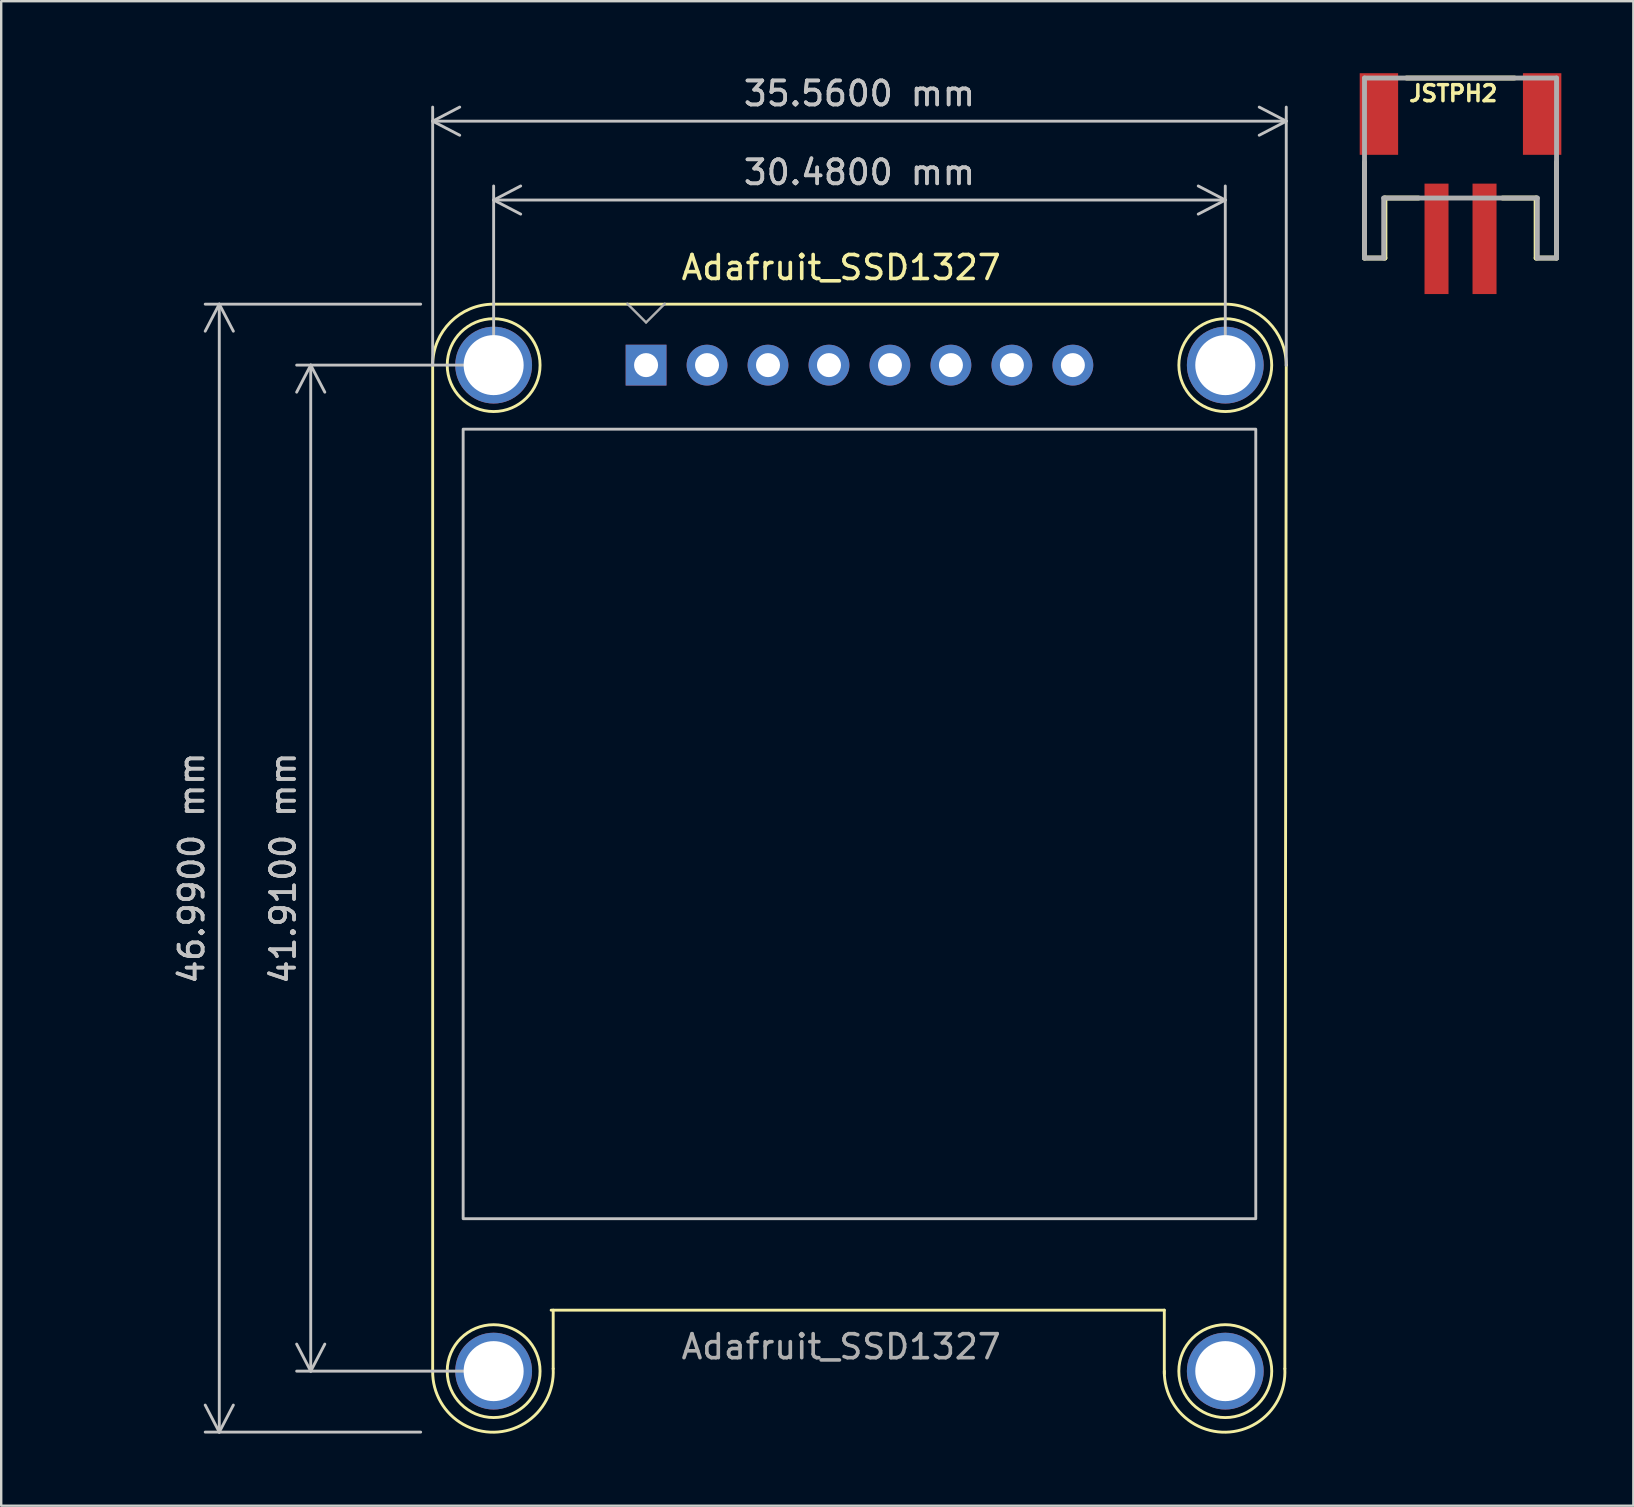
<source format=kicad_pcb>
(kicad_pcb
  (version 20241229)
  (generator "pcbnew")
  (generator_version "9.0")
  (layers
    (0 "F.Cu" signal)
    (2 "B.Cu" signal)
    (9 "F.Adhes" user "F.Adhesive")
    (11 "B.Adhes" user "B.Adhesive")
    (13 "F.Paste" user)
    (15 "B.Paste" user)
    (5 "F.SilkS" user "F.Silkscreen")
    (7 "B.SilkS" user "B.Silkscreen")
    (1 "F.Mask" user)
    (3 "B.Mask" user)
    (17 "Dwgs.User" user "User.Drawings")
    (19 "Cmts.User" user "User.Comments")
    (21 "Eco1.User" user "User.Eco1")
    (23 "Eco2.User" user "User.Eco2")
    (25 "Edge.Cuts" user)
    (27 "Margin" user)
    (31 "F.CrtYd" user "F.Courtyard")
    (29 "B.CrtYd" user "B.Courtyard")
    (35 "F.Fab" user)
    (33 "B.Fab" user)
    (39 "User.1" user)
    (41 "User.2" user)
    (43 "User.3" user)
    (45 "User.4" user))
  (footprint "JSTPH2"
    (layer "F.Cu")
    (at 57.795 3.2)
    (property "Reference" "JSTPH2" (at -2.223 -1.968 0) (layer "F.SilkS") (effects (font (size 0.666 0.666) (thickness 0.146)) (justify left bottom)))
    (attr smd)
    (fp_line (start -4 4.5) (end -4 0.5) (stroke (width 0.203) (type solid)) (layer "F.SilkS"))
    (fp_line (start -3.15 2) (end -3.15 4.5) (stroke (width 0.203) (type solid)) (layer "F.SilkS"))
    (fp_line (start -3.15 4.5) (end -4 4.5) (stroke (width 0.203) (type solid)) (layer "F.SilkS"))
    (fp_line (start -2.25 -3) (end 2.25 -3) (stroke (width 0.203) (type solid)) (layer "F.SilkS"))
    (fp_line (start -1.75 2) (end -3.15 2) (stroke (width 0.203) (type solid)) (layer "F.SilkS"))
    (fp_line (start 3.15 2) (end 1.75 2) (stroke (width 0.203) (type solid)) (layer "F.SilkS"))
    (fp_line (start 3.15 4.5) (end 3.15 2) (stroke (width 0.203) (type solid)) (layer "F.SilkS"))
    (fp_line (start 4 0.5) (end 4 4.5) (stroke (width 0.203) (type solid)) (layer "F.SilkS"))
    (fp_line (start 4 4.5) (end 3.15 4.5) (stroke (width 0.203) (type solid)) (layer "F.SilkS"))
    (fp_line (start -4 -3) (end 4 -3) (stroke (width 0.203) (type solid)) (layer "F.Fab"))
    (fp_line (start -4 4.5) (end -4 -3) (stroke (width 0.203) (type solid)) (layer "F.Fab"))
    (fp_line (start -3.2 2) (end -3.2 4.5) (stroke (width 0.203) (type solid)) (layer "F.Fab"))
    (fp_line (start -3.2 4.5) (end -4 4.5) (stroke (width 0.203) (type solid)) (layer "F.Fab"))
    (fp_line (start 3.2 2) (end -3.2 2) (stroke (width 0.203) (type solid)) (layer "F.Fab"))
    (fp_line (start 3.2 4.5) (end 3.2 2) (stroke (width 0.203) (type solid)) (layer "F.Fab"))
    (fp_line (start 4 -3) (end 4 4.5) (stroke (width 0.203) (type solid)) (layer "F.Fab"))
    (fp_line (start 4 4.5) (end 3.2 4.5) (stroke (width 0.203) (type solid)) (layer "F.Fab"))
    (pad "" smd rect (at -3.4 -1.5 90) (size 3.4 1.6) (layers "F.Cu" "F.Mask" "F.Paste"))
    (pad "" smd rect (at 3.4 -1.5 90) (size 3.4 1.6) (layers "F.Cu" "F.Mask" "F.Paste"))
    (pad "1" smd rect (at -1 3.7) (size 1 4.6) (layers "F.Cu" "F.Mask" "F.Paste"))
    (pad "2" smd rect (at 1 3.7) (size 1 4.6) (layers "F.Cu" "F.Mask" "F.Paste")))
  (footprint "Adafruit_SSD1327"
    (layer "F.Cu")
    (at 23.865 12.161)
    (property "Reference" "Adafruit_SSD1327" (at 8.128 -4.064 0) (layer "F.SilkS") (effects (font (size 1 1) (thickness 0.15))))
    (attr through_hole allow_missing_courtyard)
    (fp_line (start -8.89 0) (end -8.89 41.91) (stroke (width 0.12) (type solid)) (layer "F.SilkS"))
    (fp_line (start -3.954 39.37) (end 21.59 39.37) (stroke (width 0.12) (type solid)) (layer "F.SilkS"))
    (fp_line (start -3.869 39.37) (end -3.869 41.81) (stroke (width 0.12) (type solid)) (layer "F.SilkS"))
    (fp_line (start 21.59 39.37) (end 21.59 42.022) (stroke (width 0.12) (type solid)) (layer "F.SilkS"))
    (fp_line (start 24.13 -2.54) (end -6.35 -2.54) (stroke (width 0.12) (type solid)) (layer "F.SilkS"))
    (fp_line (start 26.67 0) (end 26.611 41.81) (stroke (width 0.12) (type solid)) (layer "F.SilkS"))
    (fp_arc (start -8.89 0) (mid -8.146051 -1.796051) (end -6.35 -2.54) (stroke (width 0.12) (type solid)) (layer "F.SilkS"))
    (fp_arc (start -3.869328 41.810121) (mid -6.328033 44.455438) (end -8.89 41.91) (stroke (width 0.12) (type solid)) (layer "F.SilkS"))
    (fp_arc (start 24.13 -2.54) (mid 25.926051 -1.796051) (end 26.67 0) (stroke (width 0.12) (type solid)) (layer "F.SilkS"))
    (fp_arc (start 26.610672 41.810121) (mid 24.151967 44.455438) (end 21.59 41.91) (stroke (width 0.12) (type solid)) (layer "F.SilkS"))
    (fp_circle (center -6.35 0.000001) (end -4.416 0.000001) (stroke (width 0.12) (type default)) (fill no) (layer "F.SilkS"))
    (fp_circle (center -6.35 41.91) (end -4.416 41.91) (stroke (width 0.12) (type default)) (fill no) (layer "F.SilkS"))
    (fp_circle (center 24.13 0) (end 26.064 0) (stroke (width 0.12) (type default)) (fill no) (layer "F.SilkS"))
    (fp_circle (center 24.13 41.91) (end 26.065 41.91) (stroke (width 0.12) (type default)) (fill no) (layer "F.SilkS"))
    (fp_rect (start -7.62 2.667) (end 25.4 35.56) (stroke (width 0.12) (type default)) (fill no) (layer "Dwgs.User"))
    (fp_circle (center 0 0) (end 0 0) (stroke (width 0.12) (type default)) (fill no) (layer "Dwgs.User"))
    (fp_circle (center 2.54 0) (end 2.54 0) (stroke (width 0.12) (type default)) (fill no) (layer "Dwgs.User"))
    (fp_line (start -0.78 -2.558) (end 0 -1.778) (stroke (width 0.1) (type solid)) (layer "F.Fab"))
    (fp_line (start 0 -1.778) (end 0.78 -2.558) (stroke (width 0.1) (type solid)) (layer "F.Fab"))
    (fp_text user "${REFERENCE}" (at 8.128 40.894 0) (layer "F.Fab") (effects (font (size 1 1) (thickness 0.15))))
    (dimension (type aligned) (layer "Dwgs.User") (pts (xy 14.975 12.669) (xy 50.535 12.669)) (height -10.671) (format (prefix "") (suffix "") (units 3) (units_format 1) (precision 4)) (style (thickness 0.12) (arrow_length 1.27) (text_position_mode 0) (arrow_direction outward) (extension_height 0.586) (extension_offset 0.5) (keep_text_aligned yes)) (gr_text "35.5600 mm" (at 32.755 0.848 0) (layer "Dwgs.User") (effects (font (size 1 1) (thickness 0.15)))))
    (dimension (type aligned) (layer "Dwgs.User") (pts (xy 17.515 12.161) (xy 17.515 54.071)) (height 7.62) (format (prefix "") (suffix "") (units 3) (units_format 1) (precision 4)) (style (thickness 0.12) (arrow_length 1.27) (text_position_mode 0) (arrow_direction outward) (extension_height 0.586) (extension_offset 0.5) (keep_text_aligned yes)) (gr_text "41.9100 mm" (at 8.745 33.116 90) (layer "Dwgs.User") (effects (font (size 1 1) (thickness 0.15)))))
    (dimension (type aligned) (layer "Dwgs.User") (pts (xy 14.975 9.621) (xy 14.975 56.611)) (height 8.89) (format (prefix "") (suffix "") (units 3) (units_format 1) (precision 4)) (style (thickness 0.12) (arrow_length 1.27) (text_position_mode 0) (arrow_direction outward) (extension_height 0.586) (extension_offset 0.5) (keep_text_aligned yes)) (gr_text "46.9900 mm" (at 4.935 33.116 90) (layer "Dwgs.User") (effects (font (size 1 1) (thickness 0.15)))))
    (dimension (type aligned) (layer "Dwgs.User") (pts (xy 17.515 12.161) (xy 47.995 12.161)) (height -6.877) (format (prefix "") (suffix "") (units 3) (units_format 1) (precision 4)) (style (thickness 0.12) (arrow_length 1.27) (text_position_mode 0) (arrow_direction outward) (extension_height 0.586) (extension_offset 0.5) (keep_text_aligned yes)) (gr_text "30.4800 mm" (at 32.755 4.134 3.759565573e-06) (layer "Dwgs.User") (effects (font (size 1 1) (thickness 0.15)))))
    (pad "" thru_hole circle (at -6.35 0) (size 3.2 3.2) (drill 2.5) (layers "*.Cu" "*.Mask"))
    (pad "" thru_hole circle (at -6.35 41.91) (size 3.2 3.2) (drill 2.5) (layers "*.Cu" "*.Mask"))
    (pad "" thru_hole circle (at 24.13 0) (size 3.2 3.2) (drill 2.5) (layers "*.Cu" "*.Mask"))
    (pad "" thru_hole circle (at 24.13 41.91) (size 3.2 3.2) (drill 2.5) (layers "*.Cu" "*.Mask"))
    (pad "1" thru_hole rect (at 0 0) (size 1.7 1.7) (drill 1) (layers "*.Cu" "*.Mask"))
    (pad "2" thru_hole circle (at 2.54 0) (size 1.7 1.7) (drill 1) (layers "*.Cu" "*.Mask"))
    (pad "3" thru_hole circle (at 5.08 0) (size 1.7 1.7) (drill 1) (layers "*.Cu" "*.Mask"))
    (pad "4" thru_hole circle (at 7.62 0) (size 1.7 1.7) (drill 1) (layers "*.Cu" "*.Mask"))
    (pad "5" thru_hole circle (at 10.16 0) (size 1.7 1.7) (drill 1) (layers "*.Cu" "*.Mask"))
    (pad "6" thru_hole circle (at 12.7 0) (size 1.7 1.7) (drill 1) (layers "*.Cu" "*.Mask"))
    (pad "7" thru_hole circle (at 15.24 0) (size 1.7 1.7) (drill 1) (layers "*.Cu" "*.Mask"))
    (pad "8" thru_hole circle (at 17.78 0) (size 1.7 1.7) (drill 1) (layers "*.Cu" "*.Mask")))
  (gr_rect
    (start -3 -3)
    (end 64.995 59.677)
    (stroke (width 0.1) (type default))
    (fill no)
    (layer "Edge.Cuts")))
</source>
